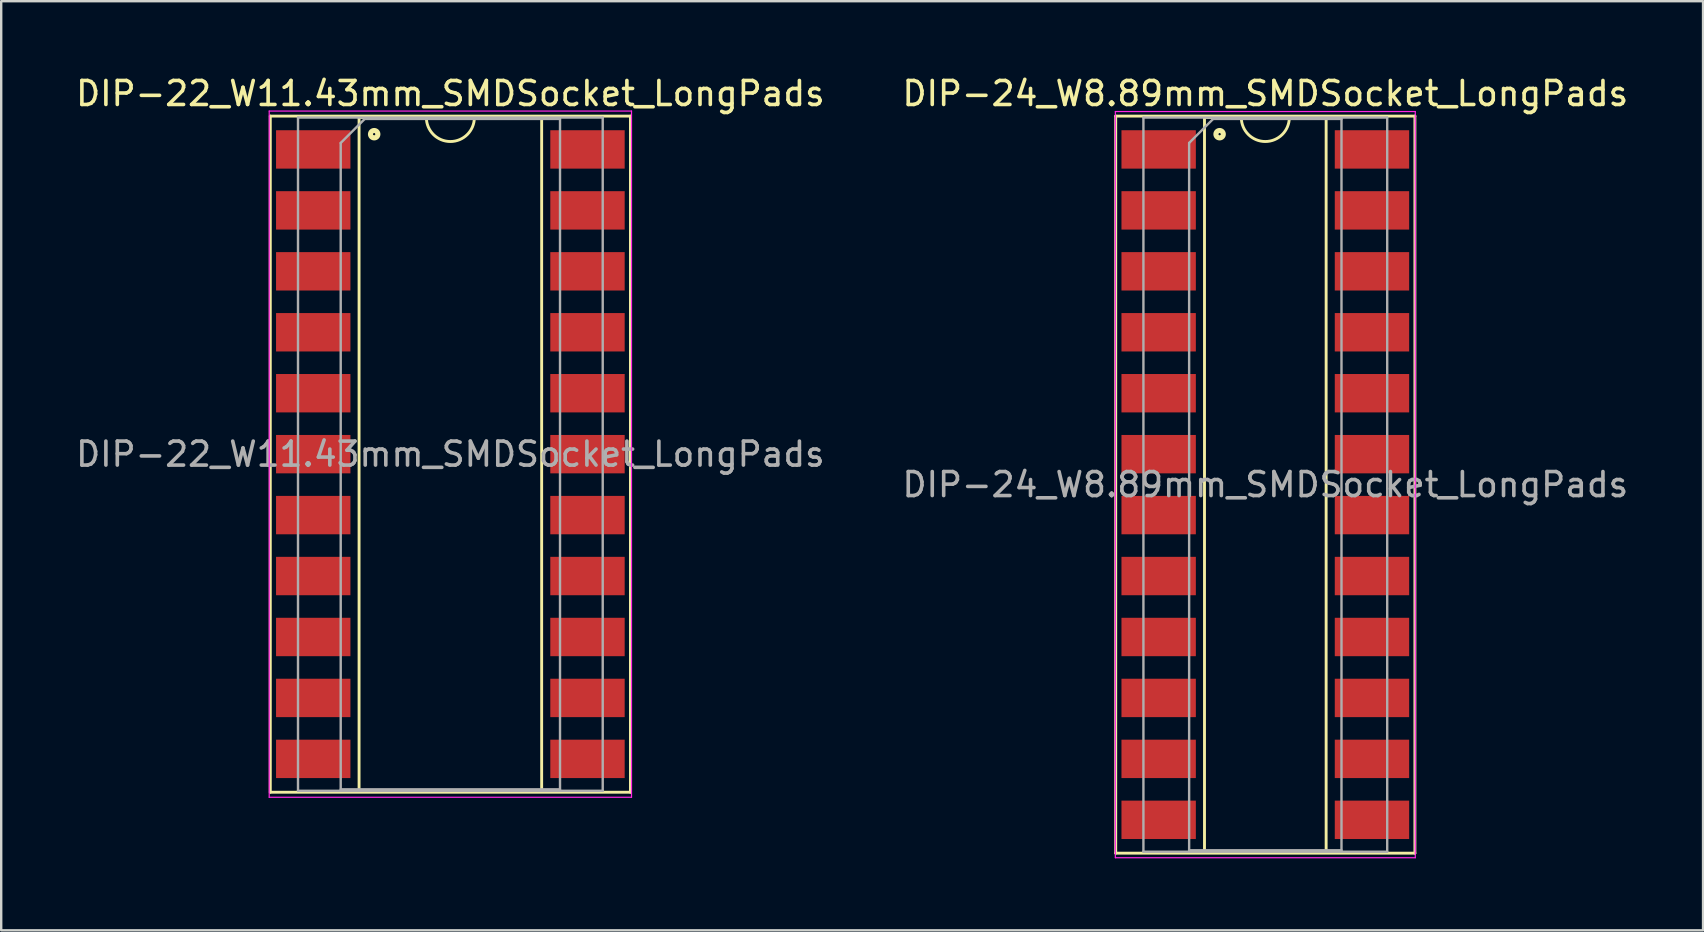
<source format=kicad_pcb>
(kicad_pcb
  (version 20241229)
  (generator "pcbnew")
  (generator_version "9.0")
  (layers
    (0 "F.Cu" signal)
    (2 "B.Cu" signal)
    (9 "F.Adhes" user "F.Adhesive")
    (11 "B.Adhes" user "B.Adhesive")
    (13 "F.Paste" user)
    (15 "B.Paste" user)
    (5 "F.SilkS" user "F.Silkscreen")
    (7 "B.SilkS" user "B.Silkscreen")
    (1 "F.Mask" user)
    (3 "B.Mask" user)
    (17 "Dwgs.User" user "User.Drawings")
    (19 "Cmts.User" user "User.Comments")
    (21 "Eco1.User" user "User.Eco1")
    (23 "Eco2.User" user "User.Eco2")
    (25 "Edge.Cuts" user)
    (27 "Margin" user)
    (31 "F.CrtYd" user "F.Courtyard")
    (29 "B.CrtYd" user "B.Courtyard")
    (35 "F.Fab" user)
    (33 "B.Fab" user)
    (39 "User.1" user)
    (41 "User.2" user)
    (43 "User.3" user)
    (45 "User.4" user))
  (footprint "DIP-24_W8.89mm_SMDSocket_LongPads"
    (layer "F.Cu")
    (at 49.685 17.148)
    (property "Reference" "DIP-24_W8.89mm_SMDSocket_LongPads" (at 0 -16.3 0) (layer "F.SilkS") (effects (font (size 1 1) (thickness 0.15))))
    (attr smd)
    (fp_line (start -6.235 -15.36) (end -6.235 15.36) (stroke (width 0.12) (type solid)) (layer "F.SilkS"))
    (fp_line (start -6.235 15.36) (end 6.235 15.36) (stroke (width 0.12) (type solid)) (layer "F.SilkS"))
    (fp_line (start -2.535 -15.3) (end -2.535 15.3) (stroke (width 0.12) (type solid)) (layer "F.SilkS"))
    (fp_line (start -2.535 15.3) (end 2.535 15.3) (stroke (width 0.12) (type solid)) (layer "F.SilkS"))
    (fp_line (start -1 -15.3) (end -2.535 -15.3) (stroke (width 0.12) (type solid)) (layer "F.SilkS"))
    (fp_line (start 2.535 -15.3) (end 1 -15.3) (stroke (width 0.12) (type solid)) (layer "F.SilkS"))
    (fp_line (start 2.535 15.3) (end 2.535 -15.3) (stroke (width 0.12) (type solid)) (layer "F.SilkS"))
    (fp_line (start 6.235 -15.36) (end -6.235 -15.36) (stroke (width 0.12) (type solid)) (layer "F.SilkS"))
    (fp_line (start 6.235 15.36) (end 6.235 -15.36) (stroke (width 0.12) (type solid)) (layer "F.SilkS"))
    (fp_arc (start 1 -15.3) (mid 0 -14.3) (end -1 -15.3) (stroke (width 0.12) (type solid)) (layer "F.SilkS"))
    (fp_circle (center -1.905 -14.605) (end -1.855 -14.605) (stroke (width 0.12) (type solid)) (fill no) (layer "F.SilkS"))
    (fp_circle (center -1.905 -14.605) (end -1.78 -14.605) (stroke (width 0.12) (type solid)) (fill no) (layer "F.SilkS"))
    (fp_circle (center -1.905 -14.605) (end -1.705 -14.605) (stroke (width 0.12) (type solid)) (fill no) (layer "F.SilkS"))
    (fp_line (start -6.25 -15.55) (end -6.25 15.55) (stroke (width 0.05) (type solid)) (layer "F.CrtYd"))
    (fp_line (start -6.25 15.55) (end 6.25 15.55) (stroke (width 0.05) (type solid)) (layer "F.CrtYd"))
    (fp_line (start 6.25 -15.55) (end -6.25 -15.55) (stroke (width 0.05) (type solid)) (layer "F.CrtYd"))
    (fp_line (start 6.25 15.55) (end 6.25 -15.55) (stroke (width 0.05) (type solid)) (layer "F.CrtYd"))
    (fp_line (start -5.08 -15.3) (end -5.08 15.3) (stroke (width 0.1) (type solid)) (layer "F.Fab"))
    (fp_line (start -5.08 15.3) (end 5.08 15.3) (stroke (width 0.1) (type solid)) (layer "F.Fab"))
    (fp_line (start -3.175 -14.24) (end -2.175 -15.24) (stroke (width 0.1) (type solid)) (layer "F.Fab"))
    (fp_line (start -3.175 15.24) (end -3.175 -14.24) (stroke (width 0.1) (type solid)) (layer "F.Fab"))
    (fp_line (start -2.175 -15.24) (end 3.175 -15.24) (stroke (width 0.1) (type solid)) (layer "F.Fab"))
    (fp_line (start 3.175 -15.24) (end 3.175 15.24) (stroke (width 0.1) (type solid)) (layer "F.Fab"))
    (fp_line (start 3.175 15.24) (end -3.175 15.24) (stroke (width 0.1) (type solid)) (layer "F.Fab"))
    (fp_line (start 5.08 -15.3) (end -5.08 -15.3) (stroke (width 0.1) (type solid)) (layer "F.Fab"))
    (fp_line (start 5.08 15.3) (end 5.08 -15.3) (stroke (width 0.1) (type solid)) (layer "F.Fab"))
    (fp_text user "${REFERENCE}" (at 0 0 0) (layer "F.Fab") (effects (font (size 1 1) (thickness 0.15))))
    (pad "1" smd rect (at -4.445 -13.97) (size 3.1 1.6) (layers "F.Cu" "F.Mask" "F.Paste"))
    (pad "2" smd rect (at -4.445 -11.43) (size 3.1 1.6) (layers "F.Cu" "F.Mask" "F.Paste"))
    (pad "3" smd rect (at -4.445 -8.89) (size 3.1 1.6) (layers "F.Cu" "F.Mask" "F.Paste"))
    (pad "4" smd rect (at -4.445 -6.35) (size 3.1 1.6) (layers "F.Cu" "F.Mask" "F.Paste"))
    (pad "5" smd rect (at -4.445 -3.81) (size 3.1 1.6) (layers "F.Cu" "F.Mask" "F.Paste"))
    (pad "6" smd rect (at -4.445 -1.27) (size 3.1 1.6) (layers "F.Cu" "F.Mask" "F.Paste"))
    (pad "7" smd rect (at -4.445 1.27) (size 3.1 1.6) (layers "F.Cu" "F.Mask" "F.Paste"))
    (pad "8" smd rect (at -4.445 3.81) (size 3.1 1.6) (layers "F.Cu" "F.Mask" "F.Paste"))
    (pad "9" smd rect (at -4.445 6.35) (size 3.1 1.6) (layers "F.Cu" "F.Mask" "F.Paste"))
    (pad "10" smd rect (at -4.445 8.89) (size 3.1 1.6) (layers "F.Cu" "F.Mask" "F.Paste"))
    (pad "11" smd rect (at -4.445 11.43) (size 3.1 1.6) (layers "F.Cu" "F.Mask" "F.Paste"))
    (pad "12" smd rect (at -4.445 13.97) (size 3.1 1.6) (layers "F.Cu" "F.Mask" "F.Paste"))
    (pad "13" smd rect (at 4.445 13.97) (size 3.1 1.6) (layers "F.Cu" "F.Mask" "F.Paste"))
    (pad "14" smd rect (at 4.445 11.43) (size 3.1 1.6) (layers "F.Cu" "F.Mask" "F.Paste"))
    (pad "15" smd rect (at 4.445 8.89) (size 3.1 1.6) (layers "F.Cu" "F.Mask" "F.Paste"))
    (pad "16" smd rect (at 4.445 6.35) (size 3.1 1.6) (layers "F.Cu" "F.Mask" "F.Paste"))
    (pad "17" smd rect (at 4.445 3.81) (size 3.1 1.6) (layers "F.Cu" "F.Mask" "F.Paste"))
    (pad "18" smd rect (at 4.445 1.27) (size 3.1 1.6) (layers "F.Cu" "F.Mask" "F.Paste"))
    (pad "19" smd rect (at 4.445 -1.27) (size 3.1 1.6) (layers "F.Cu" "F.Mask" "F.Paste"))
    (pad "20" smd rect (at 4.445 -3.81) (size 3.1 1.6) (layers "F.Cu" "F.Mask" "F.Paste"))
    (pad "21" smd rect (at 4.445 -6.35) (size 3.1 1.6) (layers "F.Cu" "F.Mask" "F.Paste"))
    (pad "22" smd rect (at 4.445 -8.89) (size 3.1 1.6) (layers "F.Cu" "F.Mask" "F.Paste"))
    (pad "23" smd rect (at 4.445 -11.43) (size 3.1 1.6) (layers "F.Cu" "F.Mask" "F.Paste"))
    (pad "24" smd rect (at 4.445 -13.97) (size 3.1 1.6) (layers "F.Cu" "F.Mask" "F.Paste")))
  (footprint "DIP-22_W11.43mm_SMDSocket_LongPads"
    (layer "F.Cu")
    (at 15.72 15.878)
    (property "Reference" "DIP-22_W11.43mm_SMDSocket_LongPads" (at 0 -15.03 0) (layer "F.SilkS") (effects (font (size 1 1) (thickness 0.15))))
    (attr smd)
    (fp_line (start -7.505 -14.09) (end -7.505 14.09) (stroke (width 0.12) (type solid)) (layer "F.SilkS"))
    (fp_line (start -7.505 14.09) (end 7.505 14.09) (stroke (width 0.12) (type solid)) (layer "F.SilkS"))
    (fp_line (start -3.805 -14.03) (end -3.805 14.03) (stroke (width 0.12) (type solid)) (layer "F.SilkS"))
    (fp_line (start -3.805 14.03) (end 3.805 14.03) (stroke (width 0.12) (type solid)) (layer "F.SilkS"))
    (fp_line (start -1 -14.03) (end -3.805 -14.03) (stroke (width 0.12) (type solid)) (layer "F.SilkS"))
    (fp_line (start 3.805 -14.03) (end 1 -14.03) (stroke (width 0.12) (type solid)) (layer "F.SilkS"))
    (fp_line (start 3.805 14.03) (end 3.805 -14.03) (stroke (width 0.12) (type solid)) (layer "F.SilkS"))
    (fp_line (start 7.505 -14.09) (end -7.505 -14.09) (stroke (width 0.12) (type solid)) (layer "F.SilkS"))
    (fp_line (start 7.505 14.09) (end 7.505 -14.09) (stroke (width 0.12) (type solid)) (layer "F.SilkS"))
    (fp_arc (start 1 -14.03) (mid 0 -13.03) (end -1 -14.03) (stroke (width 0.12) (type solid)) (layer "F.SilkS"))
    (fp_circle (center -3.175 -13.335) (end -3.125 -13.335) (stroke (width 0.12) (type solid)) (fill no) (layer "F.SilkS"))
    (fp_circle (center -3.175 -13.335) (end -3.05 -13.335) (stroke (width 0.12) (type solid)) (fill no) (layer "F.SilkS"))
    (fp_circle (center -3.175 -13.335) (end -2.975 -13.335) (stroke (width 0.12) (type solid)) (fill no) (layer "F.SilkS"))
    (fp_line (start -7.55 -14.3) (end -7.55 14.3) (stroke (width 0.05) (type solid)) (layer "F.CrtYd"))
    (fp_line (start -7.55 14.3) (end 7.55 14.3) (stroke (width 0.05) (type solid)) (layer "F.CrtYd"))
    (fp_line (start 7.55 -14.3) (end -7.55 -14.3) (stroke (width 0.05) (type solid)) (layer "F.CrtYd"))
    (fp_line (start 7.55 14.3) (end 7.55 -14.3) (stroke (width 0.05) (type solid)) (layer "F.CrtYd"))
    (fp_line (start -6.35 -14.03) (end -6.35 14.03) (stroke (width 0.1) (type solid)) (layer "F.Fab"))
    (fp_line (start -6.35 14.03) (end 6.35 14.03) (stroke (width 0.1) (type solid)) (layer "F.Fab"))
    (fp_line (start -4.57 -12.97) (end -3.57 -13.97) (stroke (width 0.1) (type solid)) (layer "F.Fab"))
    (fp_line (start -4.57 13.97) (end -4.57 -12.97) (stroke (width 0.1) (type solid)) (layer "F.Fab"))
    (fp_line (start -3.57 -13.97) (end 4.57 -13.97) (stroke (width 0.1) (type solid)) (layer "F.Fab"))
    (fp_line (start 4.57 -13.97) (end 4.57 13.97) (stroke (width 0.1) (type solid)) (layer "F.Fab"))
    (fp_line (start 4.57 13.97) (end -4.57 13.97) (stroke (width 0.1) (type solid)) (layer "F.Fab"))
    (fp_line (start 6.35 -14.03) (end -6.35 -14.03) (stroke (width 0.1) (type solid)) (layer "F.Fab"))
    (fp_line (start 6.35 14.03) (end 6.35 -14.03) (stroke (width 0.1) (type solid)) (layer "F.Fab"))
    (fp_text user "${REFERENCE}" (at 0 0 0) (layer "F.Fab") (effects (font (size 1 1) (thickness 0.15))))
    (pad "1" smd rect (at -5.715 -12.7) (size 3.1 1.6) (layers "F.Cu" "F.Mask" "F.Paste"))
    (pad "2" smd rect (at -5.715 -10.16) (size 3.1 1.6) (layers "F.Cu" "F.Mask" "F.Paste"))
    (pad "3" smd rect (at -5.715 -7.62) (size 3.1 1.6) (layers "F.Cu" "F.Mask" "F.Paste"))
    (pad "4" smd rect (at -5.715 -5.08) (size 3.1 1.6) (layers "F.Cu" "F.Mask" "F.Paste"))
    (pad "5" smd rect (at -5.715 -2.54) (size 3.1 1.6) (layers "F.Cu" "F.Mask" "F.Paste"))
    (pad "6" smd rect (at -5.715 0) (size 3.1 1.6) (layers "F.Cu" "F.Mask" "F.Paste"))
    (pad "7" smd rect (at -5.715 2.54) (size 3.1 1.6) (layers "F.Cu" "F.Mask" "F.Paste"))
    (pad "8" smd rect (at -5.715 5.08) (size 3.1 1.6) (layers "F.Cu" "F.Mask" "F.Paste"))
    (pad "9" smd rect (at -5.715 7.62) (size 3.1 1.6) (layers "F.Cu" "F.Mask" "F.Paste"))
    (pad "10" smd rect (at -5.715 10.16) (size 3.1 1.6) (layers "F.Cu" "F.Mask" "F.Paste"))
    (pad "11" smd rect (at -5.715 12.7) (size 3.1 1.6) (layers "F.Cu" "F.Mask" "F.Paste"))
    (pad "12" smd rect (at 5.715 12.7) (size 3.1 1.6) (layers "F.Cu" "F.Mask" "F.Paste"))
    (pad "13" smd rect (at 5.715 10.16) (size 3.1 1.6) (layers "F.Cu" "F.Mask" "F.Paste"))
    (pad "14" smd rect (at 5.715 7.62) (size 3.1 1.6) (layers "F.Cu" "F.Mask" "F.Paste"))
    (pad "15" smd rect (at 5.715 5.08) (size 3.1 1.6) (layers "F.Cu" "F.Mask" "F.Paste"))
    (pad "16" smd rect (at 5.715 2.54) (size 3.1 1.6) (layers "F.Cu" "F.Mask" "F.Paste"))
    (pad "17" smd rect (at 5.715 0) (size 3.1 1.6) (layers "F.Cu" "F.Mask" "F.Paste"))
    (pad "18" smd rect (at 5.715 -2.54) (size 3.1 1.6) (layers "F.Cu" "F.Mask" "F.Paste"))
    (pad "19" smd rect (at 5.715 -5.08) (size 3.1 1.6) (layers "F.Cu" "F.Mask" "F.Paste"))
    (pad "20" smd rect (at 5.715 -7.62) (size 3.1 1.6) (layers "F.Cu" "F.Mask" "F.Paste"))
    (pad "21" smd rect (at 5.715 -10.16) (size 3.1 1.6) (layers "F.Cu" "F.Mask" "F.Paste"))
    (pad "22" smd rect (at 5.715 -12.7) (size 3.1 1.6) (layers "F.Cu" "F.Mask" "F.Paste")))
  (gr_rect
    (start -3 -3)
    (end 67.929 35.723)
    (stroke (width 0.1) (type default))
    (fill no)
    (layer "Edge.Cuts")))
</source>
